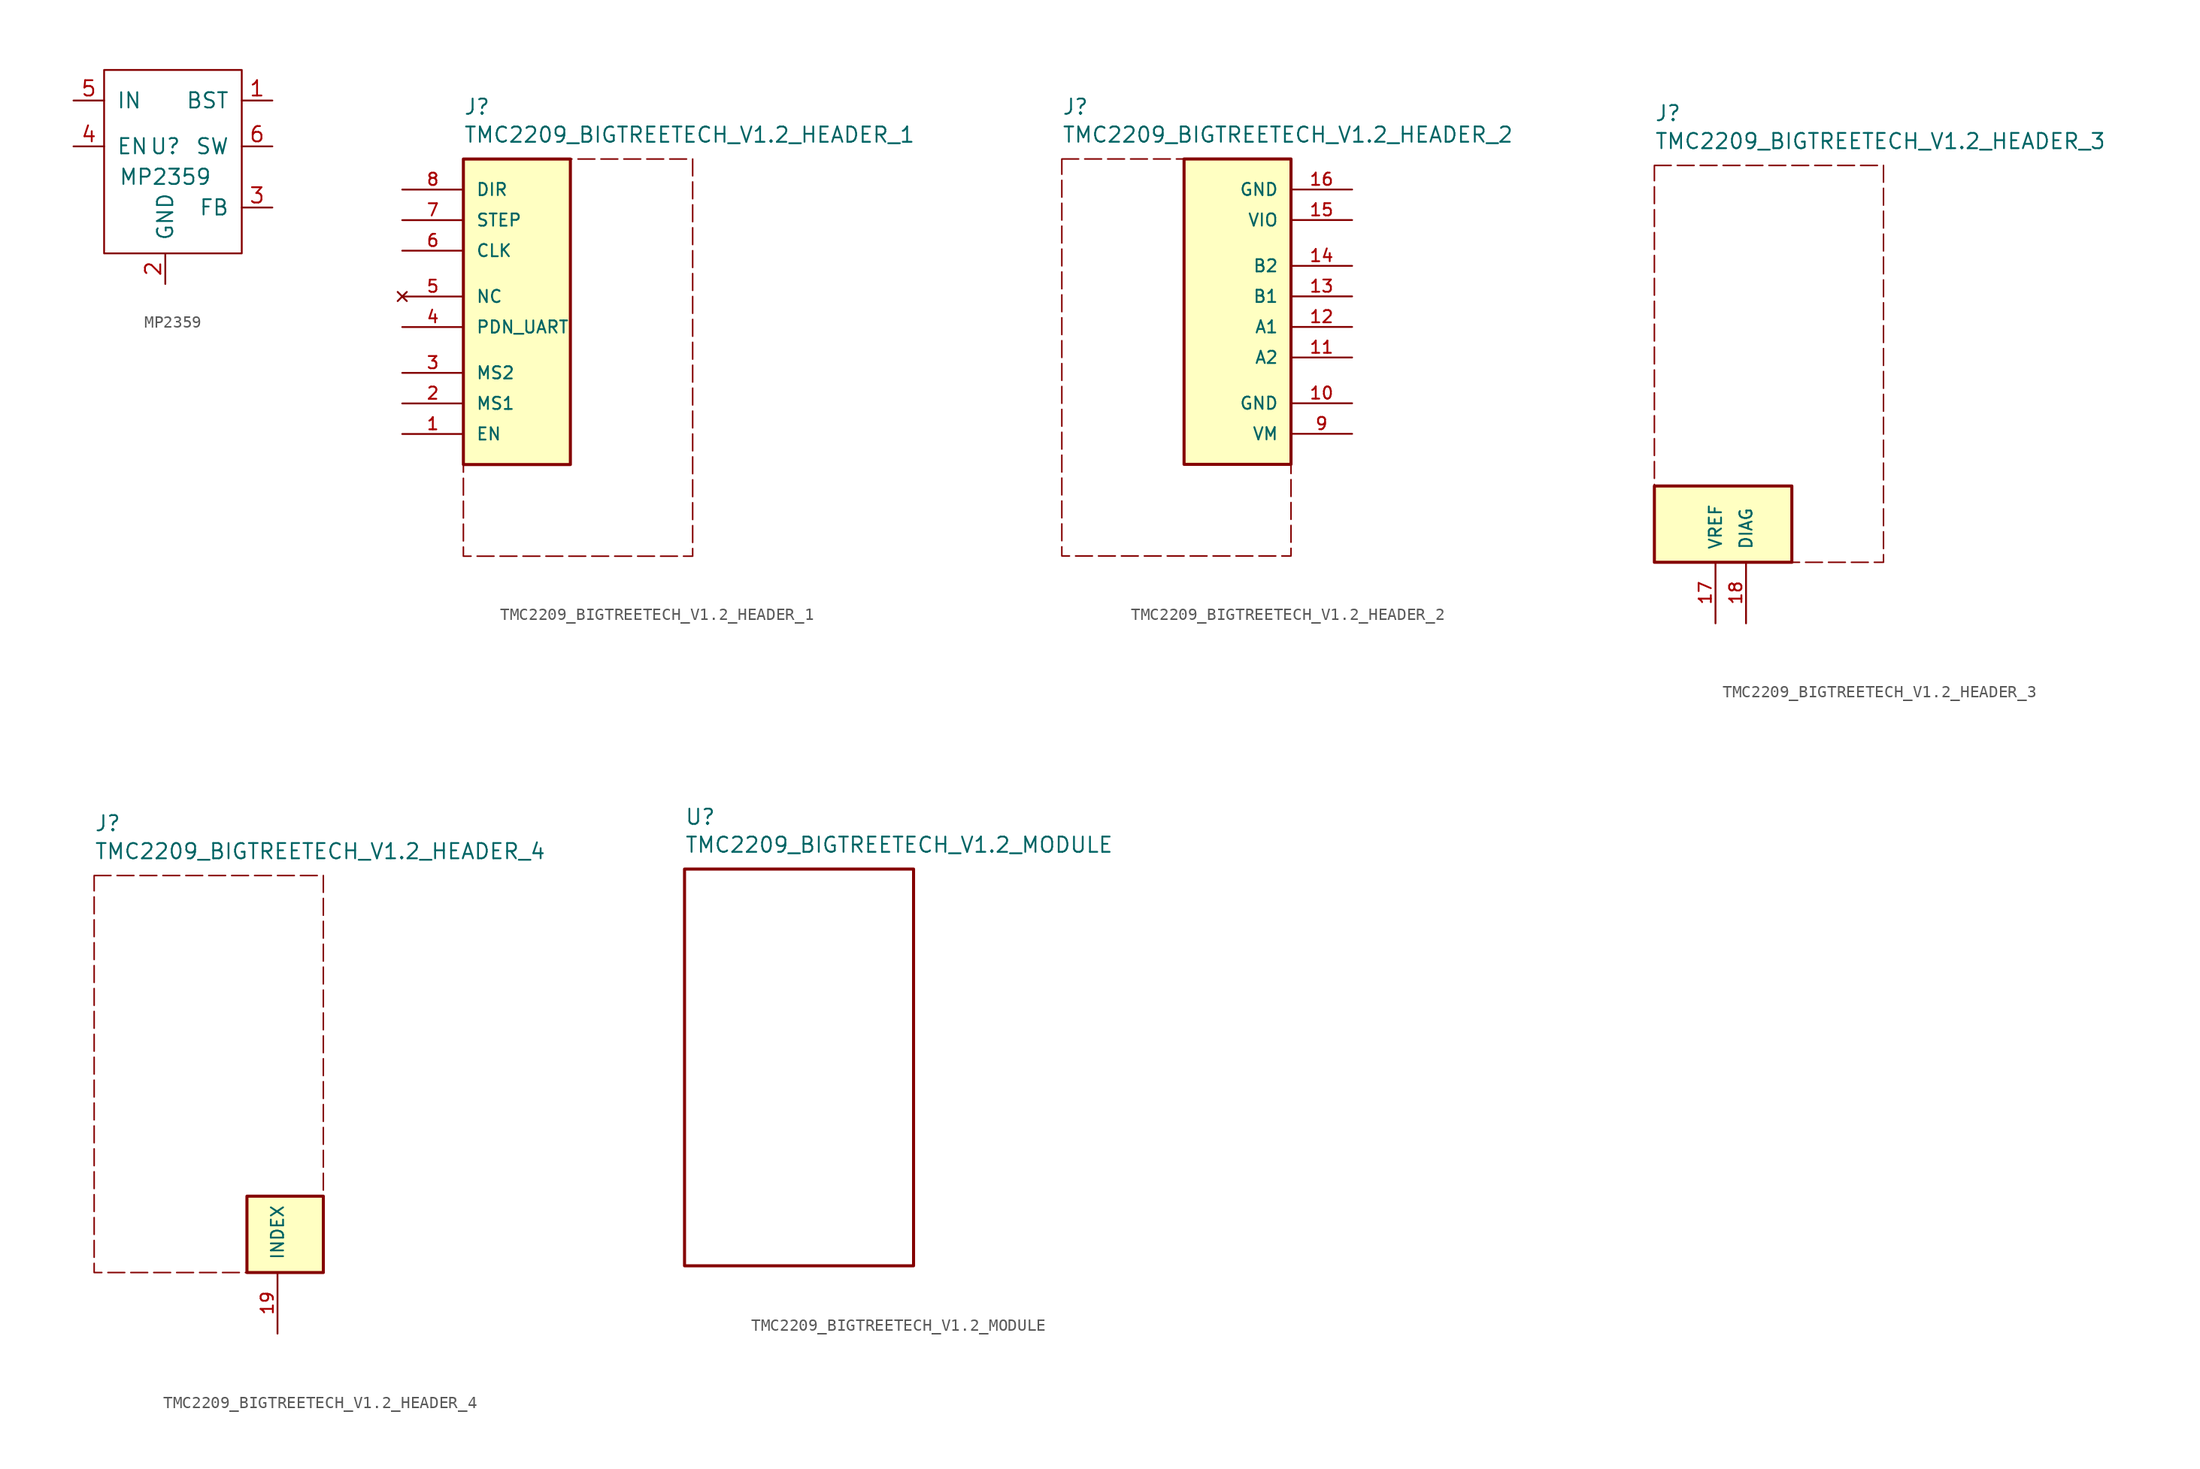
<source format=kicad_sym>
(kicad_symbol_lib
  (version 20220914)
  (generator kicad_symbol_editor)
  (symbol "MP2359"
    (pin_names
      (offset 1.016))
    (property "Reference" "U"
      (at 0 2.54 0)
      (effects (font (size 1.27 1.27))))
    (property "Value" "MP2359"
      (at 0 0 0)
      (effects (font (size 1.27 1.27))))
    (symbol "MP2359_0_1"
      (rectangle (start -5.08 8.89) (end 6.35 -6.35) (stroke (width 0) (type solid)) (fill (type none))))
    (symbol "MP2359_1_1"
      (pin output line (at 8.89 6.35 180) (length 2.54) (name "BST" (effects (font (size 1.27 1.27)))) (number "1" (effects (font (size 1.27 1.27)))))
      (pin input line (at 0 -8.89 90) (length 2.54) (name "GND" (effects (font (size 1.27 1.27)))) (number "2" (effects (font (size 1.27 1.27)))))
      (pin output line (at 8.89 -2.54 180) (length 2.54) (name "FB" (effects (font (size 1.27 1.27)))) (number "3" (effects (font (size 1.27 1.27)))))
      (pin output line (at -7.62 2.54 0) (length 2.54) (name "EN" (effects (font (size 1.27 1.27)))) (number "4" (effects (font (size 1.27 1.27)))))
      (pin output line (at -7.62 6.35 0) (length 2.54) (name "IN" (effects (font (size 1.27 1.27)))) (number "5" (effects (font (size 1.27 1.27)))))
      (pin output line (at 8.89 2.54 180) (length 2.54) (name "SW" (effects (font (size 1.27 1.27)))) (number "6" (effects (font (size 1.27 1.27)))))))
  (symbol "TMC2209_BIGTREETECH_V1.2_HEADER_1"
    (pin_names
      (offset 1.016))
    (property "Reference" "J"
      (at -12.7 25.4 0)
      (effects (font (size 1.27 1.27)) (justify left top)))
    (property "Value" "TMC2209_BIGTREETECH_V1.2_HEADER_1"
      (at -12.7 21.59 0)
      (effects (font (size 1.27 1.27)) (justify left bottom)))
    (symbol "TMC2209_BIGTREETECH_V1.2_HEADER_1_0_0"
      (rectangle (start -12.7 20.32) (end 6.35 -12.7) (stroke (width 0.127) (type dash)) (fill (type none)))
      (pin input line (at -17.78 -2.54 0) (length 5.08) (name "EN" (effects (font (size 1.016 1.016)))) (number "1" (effects (font (size 1.016 1.016)))))
      (pin input line (at -17.78 0 0) (length 5.08) (name "MS1" (effects (font (size 1.016 1.016)))) (number "2" (effects (font (size 1.016 1.016)))))
      (pin input line (at -17.78 2.54 0) (length 5.08) (name "MS2" (effects (font (size 1.016 1.016)))) (number "3" (effects (font (size 1.016 1.016)))))
      (pin bidirectional line (at -17.78 6.35 0) (length 5.08) (name "PDN_UART" (effects (font (size 1.016 1.016)))) (number "4" (effects (font (size 1.016 1.016)))))
      (pin no_connect line (at -17.78 8.89 0) (length 5.08) (name "NC" (effects (font (size 1.016 1.016)))) (number "5" (effects (font (size 1.016 1.016)))))
      (pin input line (at -17.78 12.7 0) (length 5.08) (name "CLK" (effects (font (size 1.016 1.016)))) (number "6" (effects (font (size 1.016 1.016)))))
      (pin input line (at -17.78 15.24 0) (length 5.08) (name "STEP" (effects (font (size 1.016 1.016)))) (number "7" (effects (font (size 1.016 1.016)))))
      (pin input line (at -17.78 17.78 0) (length 5.08) (name "DIR" (effects (font (size 1.016 1.016)))) (number "8" (effects (font (size 1.016 1.016))))))
    (symbol "TMC2209_BIGTREETECH_V1.2_HEADER_1_0_1"
      (rectangle (start -12.7 20.32) (end -3.81 -5.08) (stroke (width 0.254) (type default)) (fill (type background)))))
  (symbol "TMC2209_BIGTREETECH_V1.2_HEADER_2"
    (pin_names
      (offset 1.016))
    (property "Reference" "J"
      (at -12.7 25.4 0)
      (effects (font (size 1.27 1.27)) (justify left top)))
    (property "Value" "TMC2209_BIGTREETECH_V1.2_HEADER_2"
      (at -12.7 21.59 0)
      (effects (font (size 1.27 1.27)) (justify left bottom)))
    (symbol "TMC2209_BIGTREETECH_V1.2_HEADER_2_0_0"
      (rectangle (start -12.7 20.32) (end 6.35 -12.7) (stroke (width 0.127) (type dash)) (fill (type none)))
      (pin power_in line (at 11.43 0 180) (length 5.08) (name "GND" (effects (font (size 1.016 1.016)))) (number "10" (effects (font (size 1.016 1.016)))))
      (pin output line (at 11.43 3.81 180) (length 5.08) (name "A2" (effects (font (size 1.016 1.016)))) (number "11" (effects (font (size 1.016 1.016)))))
      (pin output line (at 11.43 6.35 180) (length 5.08) (name "A1" (effects (font (size 1.016 1.016)))) (number "12" (effects (font (size 1.016 1.016)))))
      (pin output line (at 11.43 8.89 180) (length 5.08) (name "B1" (effects (font (size 1.016 1.016)))) (number "13" (effects (font (size 1.016 1.016)))))
      (pin output line (at 11.43 11.43 180) (length 5.08) (name "B2" (effects (font (size 1.016 1.016)))) (number "14" (effects (font (size 1.016 1.016)))))
      (pin power_in line (at 11.43 15.24 180) (length 5.08) (name "VIO" (effects (font (size 1.016 1.016)))) (number "15" (effects (font (size 1.016 1.016)))))
      (pin power_in line (at 11.43 17.78 180) (length 5.08) (name "GND" (effects (font (size 1.016 1.016)))) (number "16" (effects (font (size 1.016 1.016)))))
      (pin power_in line (at 11.43 -2.54 180) (length 5.08) (name "VM" (effects (font (size 1.016 1.016)))) (number "9" (effects (font (size 1.016 1.016))))))
    (symbol "TMC2209_BIGTREETECH_V1.2_HEADER_2_0_1"
      (rectangle (start -2.54 20.32) (end 6.35 -5.08) (stroke (width 0.254) (type default)) (fill (type background)))))
  (symbol "TMC2209_BIGTREETECH_V1.2_HEADER_3"
    (pin_names
      (offset 1.016))
    (property "Reference" "J"
      (at -12.7 25.4 0)
      (effects (font (size 1.27 1.27)) (justify left top)))
    (property "Value" "TMC2209_BIGTREETECH_V1.2_HEADER_3"
      (at -12.7 21.59 0)
      (effects (font (size 1.27 1.27)) (justify left bottom)))
    (symbol "TMC2209_BIGTREETECH_V1.2_HEADER_3_0_0"
      (rectangle (start -12.7 20.32) (end 6.35 -12.7) (stroke (width 0.127) (type dash)) (fill (type none)))
      (pin input line (at -7.62 -17.78 90) (length 5.08) (name "VREF" (effects (font (size 1.016 1.016)))) (number "17" (effects (font (size 1.016 1.016)))))
      (pin output line (at -5.08 -17.78 90) (length 5.08) (name "DIAG" (effects (font (size 1.016 1.016)))) (number "18" (effects (font (size 1.016 1.016))))))
    (symbol "TMC2209_BIGTREETECH_V1.2_HEADER_3_0_1"
      (rectangle (start -12.7 -6.35) (end -1.27 -12.7) (stroke (width 0.254) (type default)) (fill (type background)))))
  (symbol "TMC2209_BIGTREETECH_V1.2_HEADER_4"
    (pin_names
      (offset 1.016))
    (property "Reference" "J"
      (at -12.7 25.4 0)
      (effects (font (size 1.27 1.27)) (justify left top)))
    (property "Value" "TMC2209_BIGTREETECH_V1.2_HEADER_4"
      (at -12.7 21.59 0)
      (effects (font (size 1.27 1.27)) (justify left bottom)))
    (symbol "TMC2209_BIGTREETECH_V1.2_HEADER_4_0_0"
      (rectangle (start -12.7 20.32) (end 6.35 -12.7) (stroke (width 0.127) (type dash)) (fill (type none)))
      (pin output line (at 2.54 -17.78 90) (length 5.08) (name "INDEX" (effects (font (size 1.016 1.016)))) (number "19" (effects (font (size 1.016 1.016))))))
    (symbol "TMC2209_BIGTREETECH_V1.2_HEADER_4_0_1"
      (rectangle (start 0 -6.35) (end 6.35 -12.7) (stroke (width 0.254) (type default)) (fill (type background)))))
  (symbol "TMC2209_BIGTREETECH_V1.2_MODULE"
    (pin_names
      (offset 1.016))
    (property "Reference" "U"
      (at -12.7 25.4 0)
      (effects (font (size 1.27 1.27)) (justify left top)))
    (property "Value" "TMC2209_BIGTREETECH_V1.2_MODULE"
      (at -12.7 21.59 0)
      (effects (font (size 1.27 1.27)) (justify left bottom)))
    (symbol "TMC2209_BIGTREETECH_V1.2_MODULE_0_0"
      (rectangle (start -12.7 20.32) (end 6.35 -12.7) (stroke (width 0.254) (type solid)) (fill (type none))))))
</source>
